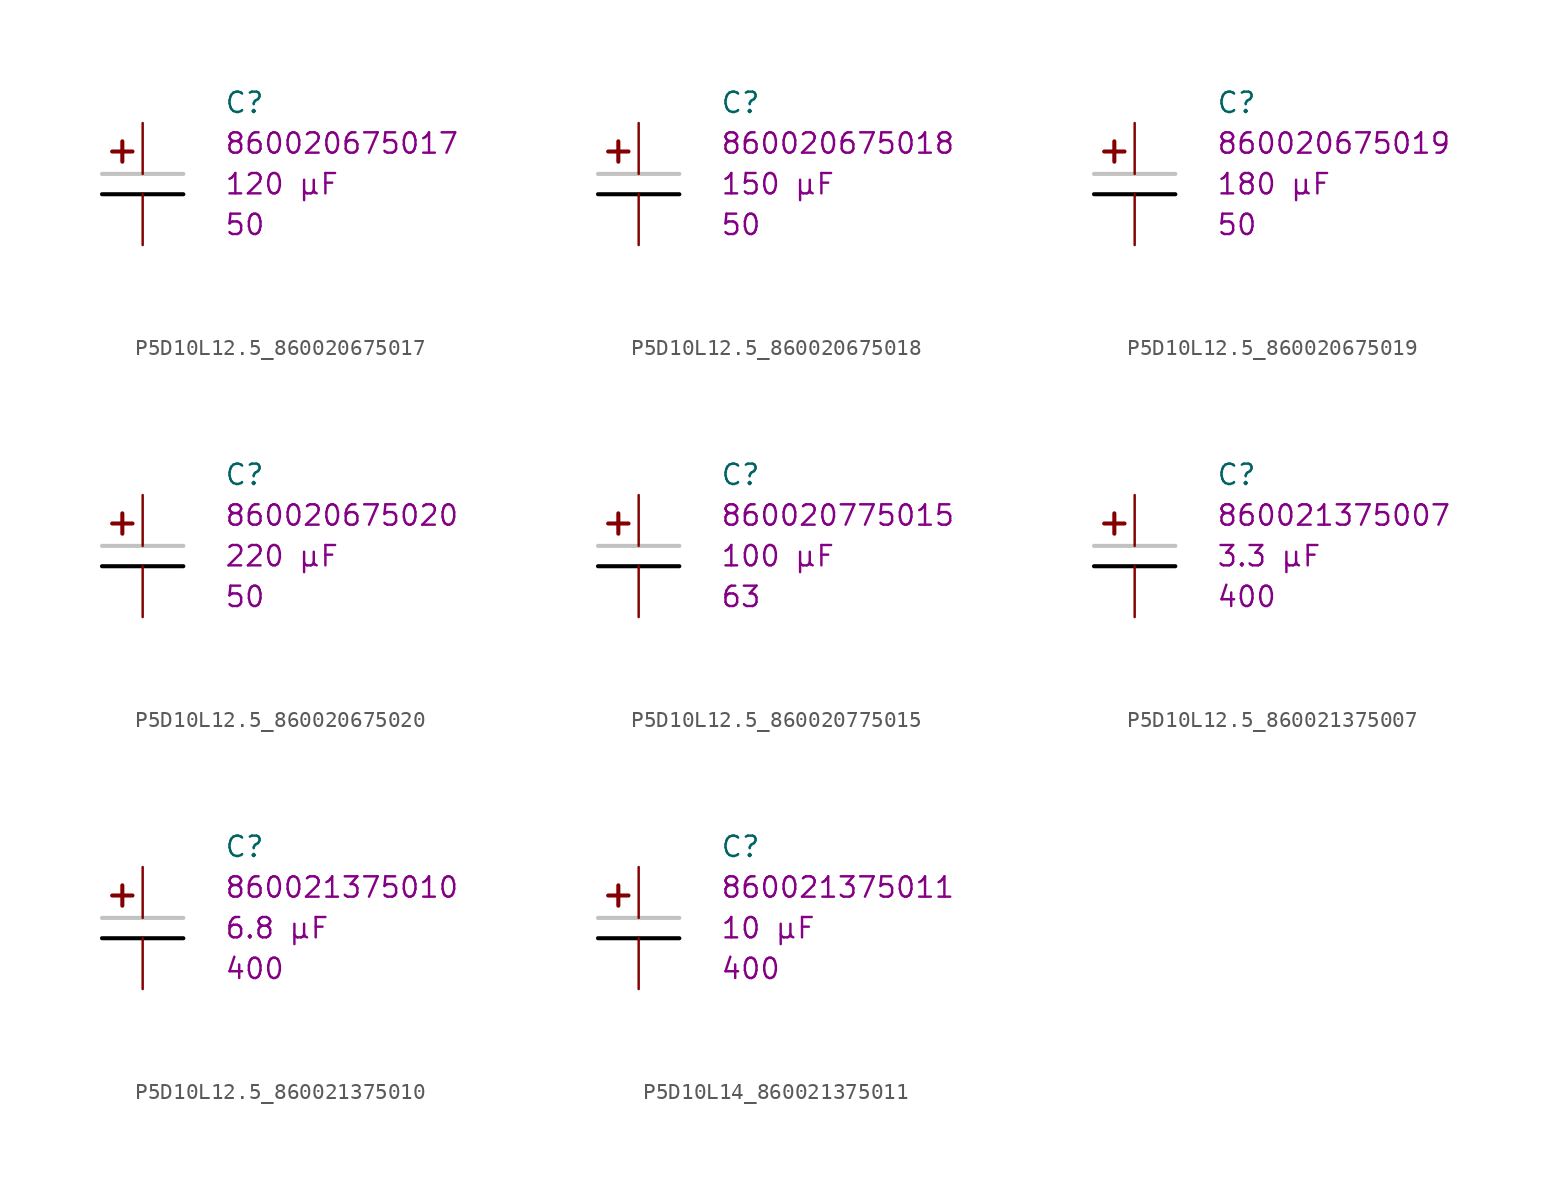
<source format=kicad_sym>
(kicad_symbol_lib
  (version 20220914)
  (generator kicad_symbol_editor)
  (symbol "P5D10L12.5_860020675017"
    (pin_numbers hide)
    (pin_names hide)
    (property "Reference" "C"
      (at 5.08 5.08 0)
      (effects (font (size 1.27 1.27)) (justify left)))
    (property "Part Number" "860020675017"
      (at 5.08 2.54 0)
      (effects (font (size 1.27 1.27)) (justify left)))
    (property "Capacitance" "120 µF"
      (at 5.08 0 0)
      (effects (font (size 1.27 1.27)) (justify left)))
    (property "Voltage" "50"
      (at 5.08 -2.54 0)
      (effects (font (size 1.27 1.27)) (justify left)))
    (property "Critical Parameter" ""
      (at 0 -7.62 0)
      (effects (font (size 1.27 1.27))))
    (symbol "P5D10L12.5_860020675017_1_1"
      (polyline (pts (xy -1.27 2.667) (xy -1.27 1.397)) (stroke (width 0.254) (type default)) (fill (type none)))
      (polyline (pts (xy -0.635 2.032) (xy -1.905 2.032)) (stroke (width 0.254) (type default)) (fill (type none)))
      (polyline (pts (xy 2.54 -0.635) (xy -2.54 -0.635)) (stroke (width 0.254) (type default) (color 0 0 0 1)) (fill (type none)))
      (polyline (pts (xy 2.54 0.635) (xy -2.54 0.635)) (stroke (width 0.254) (type default) (color 194 194 194 1)) (fill (type none)))
      (pin passive line (at 0 3.81 270) (length 3.175) (name "1" (effects (font (size 1.27 1.27)))) (number "1" (effects (font (size 1.27 1.27)))))
      (pin passive line (at 0 -3.81 90) (length 3.175) (name "2" (effects (font (size 1.27 1.27)))) (number "2" (effects (font (size 1.27 1.27)))))))
  (symbol "P5D10L12.5_860020675018"
    (pin_numbers hide)
    (pin_names hide)
    (property "Reference" "C"
      (at 5.08 5.08 0)
      (effects (font (size 1.27 1.27)) (justify left)))
    (property "Part Number" "860020675018"
      (at 5.08 2.54 0)
      (effects (font (size 1.27 1.27)) (justify left)))
    (property "Capacitance" "150 µF"
      (at 5.08 0 0)
      (effects (font (size 1.27 1.27)) (justify left)))
    (property "Voltage" "50"
      (at 5.08 -2.54 0)
      (effects (font (size 1.27 1.27)) (justify left)))
    (property "Critical Parameter" ""
      (at 0 -7.62 0)
      (effects (font (size 1.27 1.27))))
    (symbol "P5D10L12.5_860020675018_1_1"
      (polyline (pts (xy -1.27 2.667) (xy -1.27 1.397)) (stroke (width 0.254) (type default)) (fill (type none)))
      (polyline (pts (xy -0.635 2.032) (xy -1.905 2.032)) (stroke (width 0.254) (type default)) (fill (type none)))
      (polyline (pts (xy 2.54 -0.635) (xy -2.54 -0.635)) (stroke (width 0.254) (type default) (color 0 0 0 1)) (fill (type none)))
      (polyline (pts (xy 2.54 0.635) (xy -2.54 0.635)) (stroke (width 0.254) (type default) (color 194 194 194 1)) (fill (type none)))
      (pin passive line (at 0 3.81 270) (length 3.175) (name "1" (effects (font (size 1.27 1.27)))) (number "1" (effects (font (size 1.27 1.27)))))
      (pin passive line (at 0 -3.81 90) (length 3.175) (name "2" (effects (font (size 1.27 1.27)))) (number "2" (effects (font (size 1.27 1.27)))))))
  (symbol "P5D10L12.5_860020675019"
    (pin_numbers hide)
    (pin_names hide)
    (property "Reference" "C"
      (at 5.08 5.08 0)
      (effects (font (size 1.27 1.27)) (justify left)))
    (property "Part Number" "860020675019"
      (at 5.08 2.54 0)
      (effects (font (size 1.27 1.27)) (justify left)))
    (property "Capacitance" "180 µF"
      (at 5.08 0 0)
      (effects (font (size 1.27 1.27)) (justify left)))
    (property "Voltage" "50"
      (at 5.08 -2.54 0)
      (effects (font (size 1.27 1.27)) (justify left)))
    (property "Critical Parameter" ""
      (at 0 -7.62 0)
      (effects (font (size 1.27 1.27))))
    (symbol "P5D10L12.5_860020675019_1_1"
      (polyline (pts (xy -1.27 2.667) (xy -1.27 1.397)) (stroke (width 0.254) (type default)) (fill (type none)))
      (polyline (pts (xy -0.635 2.032) (xy -1.905 2.032)) (stroke (width 0.254) (type default)) (fill (type none)))
      (polyline (pts (xy 2.54 -0.635) (xy -2.54 -0.635)) (stroke (width 0.254) (type default) (color 0 0 0 1)) (fill (type none)))
      (polyline (pts (xy 2.54 0.635) (xy -2.54 0.635)) (stroke (width 0.254) (type default) (color 194 194 194 1)) (fill (type none)))
      (pin passive line (at 0 3.81 270) (length 3.175) (name "1" (effects (font (size 1.27 1.27)))) (number "1" (effects (font (size 1.27 1.27)))))
      (pin passive line (at 0 -3.81 90) (length 3.175) (name "2" (effects (font (size 1.27 1.27)))) (number "2" (effects (font (size 1.27 1.27)))))))
  (symbol "P5D10L12.5_860020675020"
    (pin_numbers hide)
    (pin_names hide)
    (property "Reference" "C"
      (at 5.08 5.08 0)
      (effects (font (size 1.27 1.27)) (justify left)))
    (property "Part Number" "860020675020"
      (at 5.08 2.54 0)
      (effects (font (size 1.27 1.27)) (justify left)))
    (property "Capacitance" "220 µF"
      (at 5.08 0 0)
      (effects (font (size 1.27 1.27)) (justify left)))
    (property "Voltage" "50"
      (at 5.08 -2.54 0)
      (effects (font (size 1.27 1.27)) (justify left)))
    (property "Critical Parameter" ""
      (at 0 -7.62 0)
      (effects (font (size 1.27 1.27))))
    (symbol "P5D10L12.5_860020675020_1_1"
      (polyline (pts (xy -1.27 2.667) (xy -1.27 1.397)) (stroke (width 0.254) (type default)) (fill (type none)))
      (polyline (pts (xy -0.635 2.032) (xy -1.905 2.032)) (stroke (width 0.254) (type default)) (fill (type none)))
      (polyline (pts (xy 2.54 -0.635) (xy -2.54 -0.635)) (stroke (width 0.254) (type default) (color 0 0 0 1)) (fill (type none)))
      (polyline (pts (xy 2.54 0.635) (xy -2.54 0.635)) (stroke (width 0.254) (type default) (color 194 194 194 1)) (fill (type none)))
      (pin passive line (at 0 3.81 270) (length 3.175) (name "1" (effects (font (size 1.27 1.27)))) (number "1" (effects (font (size 1.27 1.27)))))
      (pin passive line (at 0 -3.81 90) (length 3.175) (name "2" (effects (font (size 1.27 1.27)))) (number "2" (effects (font (size 1.27 1.27)))))))
  (symbol "P5D10L12.5_860020775015"
    (pin_numbers hide)
    (pin_names hide)
    (property "Reference" "C"
      (at 5.08 5.08 0)
      (effects (font (size 1.27 1.27)) (justify left)))
    (property "Part Number" "860020775015"
      (at 5.08 2.54 0)
      (effects (font (size 1.27 1.27)) (justify left)))
    (property "Capacitance" "100 µF"
      (at 5.08 0 0)
      (effects (font (size 1.27 1.27)) (justify left)))
    (property "Voltage" "63"
      (at 5.08 -2.54 0)
      (effects (font (size 1.27 1.27)) (justify left)))
    (property "Critical Parameter" ""
      (at 0 -7.62 0)
      (effects (font (size 1.27 1.27))))
    (symbol "P5D10L12.5_860020775015_1_1"
      (polyline (pts (xy -1.27 2.667) (xy -1.27 1.397)) (stroke (width 0.254) (type default)) (fill (type none)))
      (polyline (pts (xy -0.635 2.032) (xy -1.905 2.032)) (stroke (width 0.254) (type default)) (fill (type none)))
      (polyline (pts (xy 2.54 -0.635) (xy -2.54 -0.635)) (stroke (width 0.254) (type default) (color 0 0 0 1)) (fill (type none)))
      (polyline (pts (xy 2.54 0.635) (xy -2.54 0.635)) (stroke (width 0.254) (type default) (color 194 194 194 1)) (fill (type none)))
      (pin passive line (at 0 3.81 270) (length 3.175) (name "1" (effects (font (size 1.27 1.27)))) (number "1" (effects (font (size 1.27 1.27)))))
      (pin passive line (at 0 -3.81 90) (length 3.175) (name "2" (effects (font (size 1.27 1.27)))) (number "2" (effects (font (size 1.27 1.27)))))))
  (symbol "P5D10L12.5_860021375007"
    (pin_numbers hide)
    (pin_names hide)
    (property "Reference" "C"
      (at 5.08 5.08 0)
      (effects (font (size 1.27 1.27)) (justify left)))
    (property "Part Number" "860021375007"
      (at 5.08 2.54 0)
      (effects (font (size 1.27 1.27)) (justify left)))
    (property "Capacitance" "3.3 µF"
      (at 5.08 0 0)
      (effects (font (size 1.27 1.27)) (justify left)))
    (property "Voltage" "400"
      (at 5.08 -2.54 0)
      (effects (font (size 1.27 1.27)) (justify left)))
    (property "Critical Parameter" ""
      (at 0 -7.62 0)
      (effects (font (size 1.27 1.27))))
    (symbol "P5D10L12.5_860021375007_1_1"
      (polyline (pts (xy -1.27 2.667) (xy -1.27 1.397)) (stroke (width 0.254) (type default)) (fill (type none)))
      (polyline (pts (xy -0.635 2.032) (xy -1.905 2.032)) (stroke (width 0.254) (type default)) (fill (type none)))
      (polyline (pts (xy 2.54 -0.635) (xy -2.54 -0.635)) (stroke (width 0.254) (type default) (color 0 0 0 1)) (fill (type none)))
      (polyline (pts (xy 2.54 0.635) (xy -2.54 0.635)) (stroke (width 0.254) (type default) (color 194 194 194 1)) (fill (type none)))
      (pin passive line (at 0 3.81 270) (length 3.175) (name "1" (effects (font (size 1.27 1.27)))) (number "1" (effects (font (size 1.27 1.27)))))
      (pin passive line (at 0 -3.81 90) (length 3.175) (name "2" (effects (font (size 1.27 1.27)))) (number "2" (effects (font (size 1.27 1.27)))))))
  (symbol "P5D10L12.5_860021375010"
    (pin_numbers hide)
    (pin_names hide)
    (property "Reference" "C"
      (at 5.08 5.08 0)
      (effects (font (size 1.27 1.27)) (justify left)))
    (property "Part Number" "860021375010"
      (at 5.08 2.54 0)
      (effects (font (size 1.27 1.27)) (justify left)))
    (property "Capacitance" "6.8 µF"
      (at 5.08 0 0)
      (effects (font (size 1.27 1.27)) (justify left)))
    (property "Voltage" "400"
      (at 5.08 -2.54 0)
      (effects (font (size 1.27 1.27)) (justify left)))
    (property "Critical Parameter" ""
      (at 0 -7.62 0)
      (effects (font (size 1.27 1.27))))
    (symbol "P5D10L12.5_860021375010_1_1"
      (polyline (pts (xy -1.27 2.667) (xy -1.27 1.397)) (stroke (width 0.254) (type default)) (fill (type none)))
      (polyline (pts (xy -0.635 2.032) (xy -1.905 2.032)) (stroke (width 0.254) (type default)) (fill (type none)))
      (polyline (pts (xy 2.54 -0.635) (xy -2.54 -0.635)) (stroke (width 0.254) (type default) (color 0 0 0 1)) (fill (type none)))
      (polyline (pts (xy 2.54 0.635) (xy -2.54 0.635)) (stroke (width 0.254) (type default) (color 194 194 194 1)) (fill (type none)))
      (pin passive line (at 0 3.81 270) (length 3.175) (name "1" (effects (font (size 1.27 1.27)))) (number "1" (effects (font (size 1.27 1.27)))))
      (pin passive line (at 0 -3.81 90) (length 3.175) (name "2" (effects (font (size 1.27 1.27)))) (number "2" (effects (font (size 1.27 1.27)))))))
  (symbol "P5D10L14_860021375011"
    (pin_numbers hide)
    (pin_names hide)
    (property "Reference" "C"
      (at 5.08 5.08 0)
      (effects (font (size 1.27 1.27)) (justify left)))
    (property "Part Number" "860021375011"
      (at 5.08 2.54 0)
      (effects (font (size 1.27 1.27)) (justify left)))
    (property "Capacitance" "10 µF"
      (at 5.08 0 0)
      (effects (font (size 1.27 1.27)) (justify left)))
    (property "Voltage" "400"
      (at 5.08 -2.54 0)
      (effects (font (size 1.27 1.27)) (justify left)))
    (property "Critical Parameter" ""
      (at 0 -7.62 0)
      (effects (font (size 1.27 1.27))))
    (symbol "P5D10L14_860021375011_1_1"
      (polyline (pts (xy -1.27 2.667) (xy -1.27 1.397)) (stroke (width 0.254) (type default)) (fill (type none)))
      (polyline (pts (xy -0.635 2.032) (xy -1.905 2.032)) (stroke (width 0.254) (type default)) (fill (type none)))
      (polyline (pts (xy 2.54 -0.635) (xy -2.54 -0.635)) (stroke (width 0.254) (type default) (color 0 0 0 1)) (fill (type none)))
      (polyline (pts (xy 2.54 0.635) (xy -2.54 0.635)) (stroke (width 0.254) (type default) (color 194 194 194 1)) (fill (type none)))
      (pin passive line (at 0 3.81 270) (length 3.175) (name "1" (effects (font (size 1.27 1.27)))) (number "1" (effects (font (size 1.27 1.27)))))
      (pin passive line (at 0 -3.81 90) (length 3.175) (name "2" (effects (font (size 1.27 1.27)))) (number "2" (effects (font (size 1.27 1.27))))))))
</source>
